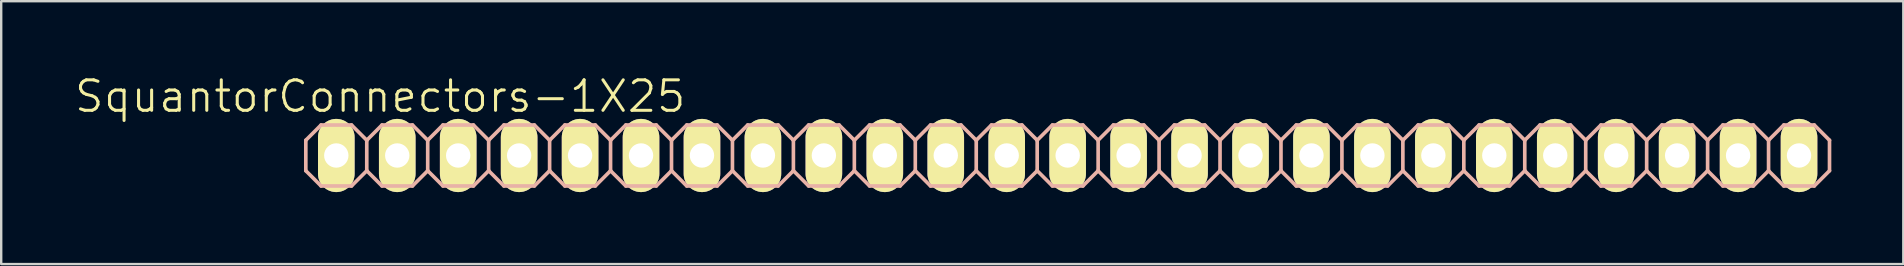
<source format=kicad_pcb>
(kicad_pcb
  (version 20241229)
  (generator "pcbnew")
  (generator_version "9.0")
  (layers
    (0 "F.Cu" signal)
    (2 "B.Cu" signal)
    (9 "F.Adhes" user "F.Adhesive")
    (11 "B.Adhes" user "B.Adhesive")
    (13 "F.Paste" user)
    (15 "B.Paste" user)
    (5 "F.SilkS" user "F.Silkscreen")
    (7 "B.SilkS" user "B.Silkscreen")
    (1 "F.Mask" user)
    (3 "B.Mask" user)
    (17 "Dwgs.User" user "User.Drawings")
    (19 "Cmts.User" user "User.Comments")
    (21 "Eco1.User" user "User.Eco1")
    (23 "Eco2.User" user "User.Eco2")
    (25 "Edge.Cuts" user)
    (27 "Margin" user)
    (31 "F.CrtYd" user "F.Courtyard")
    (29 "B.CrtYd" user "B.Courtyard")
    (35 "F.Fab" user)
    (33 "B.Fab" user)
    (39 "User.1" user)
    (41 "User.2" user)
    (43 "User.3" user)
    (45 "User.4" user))
  (footprint "SquantorConnectors-1X25"
    (layer "F.Cu")
    (at 40.175 3.43)
    (property "Reference" "SquantorConnectors-1X25" (at -27.381 -2.464 0) (layer "F.SilkS") (effects (font (size 1.27 1.27) (thickness 0.127))))
    (attr exclude_from_pos_files exclude_from_bom)
    (fp_line (start -29.464 -0.254) (end -28.953 -0.254) (stroke (width 0.066) (type solid)) (layer "F.SilkS"))
    (fp_line (start -29.464 0.254) (end -29.464 -0.254) (stroke (width 0.066) (type solid)) (layer "F.SilkS"))
    (fp_line (start -29.464 0.254) (end -28.953 0.254) (stroke (width 0.066) (type solid)) (layer "F.SilkS"))
    (fp_line (start -28.953 0.254) (end -28.953 -0.254) (stroke (width 0.066) (type solid)) (layer "F.SilkS"))
    (fp_line (start -26.924 -0.254) (end -26.416 -0.254) (stroke (width 0.066) (type solid)) (layer "F.SilkS"))
    (fp_line (start -26.924 0.254) (end -26.924 -0.254) (stroke (width 0.066) (type solid)) (layer "F.SilkS"))
    (fp_line (start -26.924 0.254) (end -26.416 0.254) (stroke (width 0.066) (type solid)) (layer "F.SilkS"))
    (fp_line (start -26.416 0.254) (end -26.416 -0.254) (stroke (width 0.066) (type solid)) (layer "F.SilkS"))
    (fp_line (start -24.384 -0.254) (end -23.876 -0.254) (stroke (width 0.066) (type solid)) (layer "F.SilkS"))
    (fp_line (start -24.384 0.254) (end -24.384 -0.254) (stroke (width 0.066) (type solid)) (layer "F.SilkS"))
    (fp_line (start -24.384 0.254) (end -23.876 0.254) (stroke (width 0.066) (type solid)) (layer "F.SilkS"))
    (fp_line (start -23.876 0.254) (end -23.876 -0.254) (stroke (width 0.066) (type solid)) (layer "F.SilkS"))
    (fp_line (start -21.844 -0.254) (end -21.336 -0.254) (stroke (width 0.066) (type solid)) (layer "F.SilkS"))
    (fp_line (start -21.844 0.254) (end -21.844 -0.254) (stroke (width 0.066) (type solid)) (layer "F.SilkS"))
    (fp_line (start -21.844 0.254) (end -21.336 0.254) (stroke (width 0.066) (type solid)) (layer "F.SilkS"))
    (fp_line (start -21.336 0.254) (end -21.336 -0.254) (stroke (width 0.066) (type solid)) (layer "F.SilkS"))
    (fp_line (start -19.304 -0.254) (end -18.796 -0.254) (stroke (width 0.066) (type solid)) (layer "F.SilkS"))
    (fp_line (start -19.304 0.254) (end -19.304 -0.254) (stroke (width 0.066) (type solid)) (layer "F.SilkS"))
    (fp_line (start -19.304 0.254) (end -18.796 0.254) (stroke (width 0.066) (type solid)) (layer "F.SilkS"))
    (fp_line (start -18.796 0.254) (end -18.796 -0.254) (stroke (width 0.066) (type solid)) (layer "F.SilkS"))
    (fp_line (start -16.764 -0.254) (end -16.256 -0.254) (stroke (width 0.066) (type solid)) (layer "F.SilkS"))
    (fp_line (start -16.764 0.254) (end -16.764 -0.254) (stroke (width 0.066) (type solid)) (layer "F.SilkS"))
    (fp_line (start -16.764 0.254) (end -16.256 0.254) (stroke (width 0.066) (type solid)) (layer "F.SilkS"))
    (fp_line (start -16.256 0.254) (end -16.256 -0.254) (stroke (width 0.066) (type solid)) (layer "F.SilkS"))
    (fp_line (start -14.224 -0.254) (end -13.716 -0.254) (stroke (width 0.066) (type solid)) (layer "F.SilkS"))
    (fp_line (start -14.224 0.254) (end -14.224 -0.254) (stroke (width 0.066) (type solid)) (layer "F.SilkS"))
    (fp_line (start -14.224 0.254) (end -13.716 0.254) (stroke (width 0.066) (type solid)) (layer "F.SilkS"))
    (fp_line (start -13.716 0.254) (end -13.716 -0.254) (stroke (width 0.066) (type solid)) (layer "F.SilkS"))
    (fp_line (start -11.684 -0.254) (end -11.176 -0.254) (stroke (width 0.066) (type solid)) (layer "F.SilkS"))
    (fp_line (start -11.684 0.254) (end -11.684 -0.254) (stroke (width 0.066) (type solid)) (layer "F.SilkS"))
    (fp_line (start -11.684 0.254) (end -11.176 0.254) (stroke (width 0.066) (type solid)) (layer "F.SilkS"))
    (fp_line (start -11.176 0.254) (end -11.176 -0.254) (stroke (width 0.066) (type solid)) (layer "F.SilkS"))
    (fp_line (start -9.144 -0.254) (end -8.636 -0.254) (stroke (width 0.066) (type solid)) (layer "F.SilkS"))
    (fp_line (start -9.144 0.254) (end -9.144 -0.254) (stroke (width 0.066) (type solid)) (layer "F.SilkS"))
    (fp_line (start -9.144 0.254) (end -8.636 0.254) (stroke (width 0.066) (type solid)) (layer "F.SilkS"))
    (fp_line (start -8.636 0.254) (end -8.636 -0.254) (stroke (width 0.066) (type solid)) (layer "F.SilkS"))
    (fp_line (start -6.604 -0.254) (end -6.096 -0.254) (stroke (width 0.066) (type solid)) (layer "F.SilkS"))
    (fp_line (start -6.604 0.254) (end -6.604 -0.254) (stroke (width 0.066) (type solid)) (layer "F.SilkS"))
    (fp_line (start -6.604 0.254) (end -6.096 0.254) (stroke (width 0.066) (type solid)) (layer "F.SilkS"))
    (fp_line (start -6.096 0.254) (end -6.096 -0.254) (stroke (width 0.066) (type solid)) (layer "F.SilkS"))
    (fp_line (start -4.064 -0.254) (end -3.556 -0.254) (stroke (width 0.066) (type solid)) (layer "F.SilkS"))
    (fp_line (start -4.064 0.254) (end -4.064 -0.254) (stroke (width 0.066) (type solid)) (layer "F.SilkS"))
    (fp_line (start -4.064 0.254) (end -3.556 0.254) (stroke (width 0.066) (type solid)) (layer "F.SilkS"))
    (fp_line (start -3.556 0.254) (end -3.556 -0.254) (stroke (width 0.066) (type solid)) (layer "F.SilkS"))
    (fp_line (start -1.524 -0.254) (end -1.016 -0.254) (stroke (width 0.066) (type solid)) (layer "F.SilkS"))
    (fp_line (start -1.524 0.254) (end -1.524 -0.254) (stroke (width 0.066) (type solid)) (layer "F.SilkS"))
    (fp_line (start -1.524 0.254) (end -1.016 0.254) (stroke (width 0.066) (type solid)) (layer "F.SilkS"))
    (fp_line (start -1.016 0.254) (end -1.016 -0.254) (stroke (width 0.066) (type solid)) (layer "F.SilkS"))
    (fp_line (start 1.016 -0.254) (end 1.524 -0.254) (stroke (width 0.066) (type solid)) (layer "F.SilkS"))
    (fp_line (start 1.016 0.254) (end 1.016 -0.254) (stroke (width 0.066) (type solid)) (layer "F.SilkS"))
    (fp_line (start 1.016 0.254) (end 1.524 0.254) (stroke (width 0.066) (type solid)) (layer "F.SilkS"))
    (fp_line (start 1.524 0.254) (end 1.524 -0.254) (stroke (width 0.066) (type solid)) (layer "F.SilkS"))
    (fp_line (start 3.556 -0.254) (end 4.064 -0.254) (stroke (width 0.066) (type solid)) (layer "F.SilkS"))
    (fp_line (start 3.556 0.254) (end 3.556 -0.254) (stroke (width 0.066) (type solid)) (layer "F.SilkS"))
    (fp_line (start 3.556 0.254) (end 4.064 0.254) (stroke (width 0.066) (type solid)) (layer "F.SilkS"))
    (fp_line (start 4.064 0.254) (end 4.064 -0.254) (stroke (width 0.066) (type solid)) (layer "F.SilkS"))
    (fp_line (start 6.096 -0.254) (end 6.604 -0.254) (stroke (width 0.066) (type solid)) (layer "F.SilkS"))
    (fp_line (start 6.096 0.254) (end 6.096 -0.254) (stroke (width 0.066) (type solid)) (layer "F.SilkS"))
    (fp_line (start 6.096 0.254) (end 6.604 0.254) (stroke (width 0.066) (type solid)) (layer "F.SilkS"))
    (fp_line (start 6.604 0.254) (end 6.604 -0.254) (stroke (width 0.066) (type solid)) (layer "F.SilkS"))
    (fp_line (start 8.636 -0.254) (end 9.144 -0.254) (stroke (width 0.066) (type solid)) (layer "F.SilkS"))
    (fp_line (start 8.636 0.254) (end 8.636 -0.254) (stroke (width 0.066) (type solid)) (layer "F.SilkS"))
    (fp_line (start 8.636 0.254) (end 9.144 0.254) (stroke (width 0.066) (type solid)) (layer "F.SilkS"))
    (fp_line (start 9.144 0.254) (end 9.144 -0.254) (stroke (width 0.066) (type solid)) (layer "F.SilkS"))
    (fp_line (start 11.176 -0.254) (end 11.684 -0.254) (stroke (width 0.066) (type solid)) (layer "F.SilkS"))
    (fp_line (start 11.176 0.254) (end 11.176 -0.254) (stroke (width 0.066) (type solid)) (layer "F.SilkS"))
    (fp_line (start 11.176 0.254) (end 11.684 0.254) (stroke (width 0.066) (type solid)) (layer "F.SilkS"))
    (fp_line (start 11.684 0.254) (end 11.684 -0.254) (stroke (width 0.066) (type solid)) (layer "F.SilkS"))
    (fp_line (start 13.716 -0.254) (end 14.224 -0.254) (stroke (width 0.066) (type solid)) (layer "F.SilkS"))
    (fp_line (start 13.716 0.254) (end 13.716 -0.254) (stroke (width 0.066) (type solid)) (layer "F.SilkS"))
    (fp_line (start 13.716 0.254) (end 14.224 0.254) (stroke (width 0.066) (type solid)) (layer "F.SilkS"))
    (fp_line (start 14.224 0.254) (end 14.224 -0.254) (stroke (width 0.066) (type solid)) (layer "F.SilkS"))
    (fp_line (start 16.256 -0.254) (end 16.764 -0.254) (stroke (width 0.066) (type solid)) (layer "F.SilkS"))
    (fp_line (start 16.256 0.254) (end 16.256 -0.254) (stroke (width 0.066) (type solid)) (layer "F.SilkS"))
    (fp_line (start 16.256 0.254) (end 16.764 0.254) (stroke (width 0.066) (type solid)) (layer "F.SilkS"))
    (fp_line (start 16.764 0.254) (end 16.764 -0.254) (stroke (width 0.066) (type solid)) (layer "F.SilkS"))
    (fp_line (start 18.796 -0.254) (end 19.304 -0.254) (stroke (width 0.066) (type solid)) (layer "F.SilkS"))
    (fp_line (start 18.796 0.254) (end 18.796 -0.254) (stroke (width 0.066) (type solid)) (layer "F.SilkS"))
    (fp_line (start 18.796 0.254) (end 19.304 0.254) (stroke (width 0.066) (type solid)) (layer "F.SilkS"))
    (fp_line (start 19.304 0.254) (end 19.304 -0.254) (stroke (width 0.066) (type solid)) (layer "F.SilkS"))
    (fp_line (start 21.336 -0.254) (end 21.844 -0.254) (stroke (width 0.066) (type solid)) (layer "F.SilkS"))
    (fp_line (start 21.336 0.254) (end 21.336 -0.254) (stroke (width 0.066) (type solid)) (layer "F.SilkS"))
    (fp_line (start 21.336 0.254) (end 21.844 0.254) (stroke (width 0.066) (type solid)) (layer "F.SilkS"))
    (fp_line (start 21.844 0.254) (end 21.844 -0.254) (stroke (width 0.066) (type solid)) (layer "F.SilkS"))
    (fp_line (start 23.876 -0.254) (end 24.384 -0.254) (stroke (width 0.066) (type solid)) (layer "F.SilkS"))
    (fp_line (start 23.876 0.254) (end 23.876 -0.254) (stroke (width 0.066) (type solid)) (layer "F.SilkS"))
    (fp_line (start 23.876 0.254) (end 24.384 0.254) (stroke (width 0.066) (type solid)) (layer "F.SilkS"))
    (fp_line (start 24.384 0.254) (end 24.384 -0.254) (stroke (width 0.066) (type solid)) (layer "F.SilkS"))
    (fp_line (start 26.416 -0.254) (end 26.924 -0.254) (stroke (width 0.066) (type solid)) (layer "F.SilkS"))
    (fp_line (start 26.416 0.254) (end 26.416 -0.254) (stroke (width 0.066) (type solid)) (layer "F.SilkS"))
    (fp_line (start 26.416 0.254) (end 26.924 0.254) (stroke (width 0.066) (type solid)) (layer "F.SilkS"))
    (fp_line (start 26.924 0.254) (end 26.924 -0.254) (stroke (width 0.066) (type solid)) (layer "F.SilkS"))
    (fp_line (start 28.953 -0.254) (end 29.464 -0.254) (stroke (width 0.066) (type solid)) (layer "F.SilkS"))
    (fp_line (start 28.953 0.254) (end 28.953 -0.254) (stroke (width 0.066) (type solid)) (layer "F.SilkS"))
    (fp_line (start 28.953 0.254) (end 29.464 0.254) (stroke (width 0.066) (type solid)) (layer "F.SilkS"))
    (fp_line (start 29.464 0.254) (end 29.464 -0.254) (stroke (width 0.066) (type solid)) (layer "F.SilkS"))
    (fp_line (start 31.496 -0.254) (end 32.004 -0.254) (stroke (width 0.066) (type solid)) (layer "F.SilkS"))
    (fp_line (start 31.496 0.254) (end 31.496 -0.254) (stroke (width 0.066) (type solid)) (layer "F.SilkS"))
    (fp_line (start 31.496 0.254) (end 32.004 0.254) (stroke (width 0.066) (type solid)) (layer "F.SilkS"))
    (fp_line (start 32.004 0.254) (end 32.004 -0.254) (stroke (width 0.066) (type solid)) (layer "F.SilkS"))
    (fp_line (start -30.48 -0.635) (end -30.48 0.635) (stroke (width 0.152) (type solid)) (layer "B.SilkS"))
    (fp_line (start -30.48 0.635) (end -29.845 1.27) (stroke (width 0.152) (type solid)) (layer "B.SilkS"))
    (fp_line (start -29.845 -1.27) (end -30.48 -0.635) (stroke (width 0.152) (type solid)) (layer "B.SilkS"))
    (fp_line (start -29.845 -1.27) (end -28.575 -1.27) (stroke (width 0.152) (type solid)) (layer "B.SilkS"))
    (fp_line (start -28.575 -1.27) (end -27.94 -0.635) (stroke (width 0.152) (type solid)) (layer "B.SilkS"))
    (fp_line (start -28.575 1.27) (end -29.845 1.27) (stroke (width 0.152) (type solid)) (layer "B.SilkS"))
    (fp_line (start -27.94 -0.635) (end -27.94 0.635) (stroke (width 0.152) (type solid)) (layer "B.SilkS"))
    (fp_line (start -27.94 -0.635) (end -27.305 -1.27) (stroke (width 0.152) (type solid)) (layer "B.SilkS"))
    (fp_line (start -27.94 0.635) (end -28.575 1.27) (stroke (width 0.152) (type solid)) (layer "B.SilkS"))
    (fp_line (start -27.305 -1.27) (end -26.035 -1.27) (stroke (width 0.152) (type solid)) (layer "B.SilkS"))
    (fp_line (start -27.305 1.27) (end -27.94 0.635) (stroke (width 0.152) (type solid)) (layer "B.SilkS"))
    (fp_line (start -26.035 -1.27) (end -25.4 -0.635) (stroke (width 0.152) (type solid)) (layer "B.SilkS"))
    (fp_line (start -26.035 1.27) (end -27.305 1.27) (stroke (width 0.152) (type solid)) (layer "B.SilkS"))
    (fp_line (start -25.4 -0.635) (end -25.4 0.635) (stroke (width 0.152) (type solid)) (layer "B.SilkS"))
    (fp_line (start -25.4 -0.635) (end -24.765 -1.27) (stroke (width 0.152) (type solid)) (layer "B.SilkS"))
    (fp_line (start -25.4 0.635) (end -26.035 1.27) (stroke (width 0.152) (type solid)) (layer "B.SilkS"))
    (fp_line (start -24.765 -1.27) (end -23.495 -1.27) (stroke (width 0.152) (type solid)) (layer "B.SilkS"))
    (fp_line (start -24.765 1.27) (end -25.4 0.635) (stroke (width 0.152) (type solid)) (layer "B.SilkS"))
    (fp_line (start -23.495 -1.27) (end -22.86 -0.635) (stroke (width 0.152) (type solid)) (layer "B.SilkS"))
    (fp_line (start -23.495 1.27) (end -24.765 1.27) (stroke (width 0.152) (type solid)) (layer "B.SilkS"))
    (fp_line (start -22.86 -0.635) (end -22.86 0.635) (stroke (width 0.152) (type solid)) (layer "B.SilkS"))
    (fp_line (start -22.86 0.635) (end -23.495 1.27) (stroke (width 0.152) (type solid)) (layer "B.SilkS"))
    (fp_line (start -22.86 0.635) (end -22.225 1.27) (stroke (width 0.152) (type solid)) (layer "B.SilkS"))
    (fp_line (start -22.225 -1.27) (end -22.86 -0.635) (stroke (width 0.152) (type solid)) (layer "B.SilkS"))
    (fp_line (start -22.225 -1.27) (end -20.955 -1.27) (stroke (width 0.152) (type solid)) (layer "B.SilkS"))
    (fp_line (start -20.955 -1.27) (end -20.32 -0.635) (stroke (width 0.152) (type solid)) (layer "B.SilkS"))
    (fp_line (start -20.955 1.27) (end -22.225 1.27) (stroke (width 0.152) (type solid)) (layer "B.SilkS"))
    (fp_line (start -20.32 -0.635) (end -20.32 0.635) (stroke (width 0.152) (type solid)) (layer "B.SilkS"))
    (fp_line (start -20.32 -0.635) (end -19.685 -1.27) (stroke (width 0.152) (type solid)) (layer "B.SilkS"))
    (fp_line (start -20.32 0.635) (end -20.955 1.27) (stroke (width 0.152) (type solid)) (layer "B.SilkS"))
    (fp_line (start -19.685 -1.27) (end -18.415 -1.27) (stroke (width 0.152) (type solid)) (layer "B.SilkS"))
    (fp_line (start -19.685 1.27) (end -20.32 0.635) (stroke (width 0.152) (type solid)) (layer "B.SilkS"))
    (fp_line (start -18.415 -1.27) (end -17.78 -0.635) (stroke (width 0.152) (type solid)) (layer "B.SilkS"))
    (fp_line (start -18.415 1.27) (end -19.685 1.27) (stroke (width 0.152) (type solid)) (layer "B.SilkS"))
    (fp_line (start -17.78 -0.635) (end -17.78 0.635) (stroke (width 0.152) (type solid)) (layer "B.SilkS"))
    (fp_line (start -17.78 -0.635) (end -17.145 -1.27) (stroke (width 0.152) (type solid)) (layer "B.SilkS"))
    (fp_line (start -17.78 0.635) (end -18.415 1.27) (stroke (width 0.152) (type solid)) (layer "B.SilkS"))
    (fp_line (start -17.145 -1.27) (end -15.875 -1.27) (stroke (width 0.152) (type solid)) (layer "B.SilkS"))
    (fp_line (start -17.145 1.27) (end -17.78 0.635) (stroke (width 0.152) (type solid)) (layer "B.SilkS"))
    (fp_line (start -15.875 -1.27) (end -15.24 -0.635) (stroke (width 0.152) (type solid)) (layer "B.SilkS"))
    (fp_line (start -15.875 1.27) (end -17.145 1.27) (stroke (width 0.152) (type solid)) (layer "B.SilkS"))
    (fp_line (start -15.24 -0.635) (end -15.24 0.635) (stroke (width 0.152) (type solid)) (layer "B.SilkS"))
    (fp_line (start -15.24 0.635) (end -15.875 1.27) (stroke (width 0.152) (type solid)) (layer "B.SilkS"))
    (fp_line (start -15.24 0.635) (end -14.605 1.27) (stroke (width 0.152) (type solid)) (layer "B.SilkS"))
    (fp_line (start -14.605 -1.27) (end -15.24 -0.635) (stroke (width 0.152) (type solid)) (layer "B.SilkS"))
    (fp_line (start -14.605 -1.27) (end -13.335 -1.27) (stroke (width 0.152) (type solid)) (layer "B.SilkS"))
    (fp_line (start -13.335 -1.27) (end -12.7 -0.635) (stroke (width 0.152) (type solid)) (layer "B.SilkS"))
    (fp_line (start -13.335 1.27) (end -14.605 1.27) (stroke (width 0.152) (type solid)) (layer "B.SilkS"))
    (fp_line (start -12.7 -0.635) (end -12.7 0.635) (stroke (width 0.152) (type solid)) (layer "B.SilkS"))
    (fp_line (start -12.7 -0.635) (end -12.065 -1.27) (stroke (width 0.152) (type solid)) (layer "B.SilkS"))
    (fp_line (start -12.7 0.635) (end -13.335 1.27) (stroke (width 0.152) (type solid)) (layer "B.SilkS"))
    (fp_line (start -12.065 -1.27) (end -10.795 -1.27) (stroke (width 0.152) (type solid)) (layer "B.SilkS"))
    (fp_line (start -12.065 1.27) (end -12.7 0.635) (stroke (width 0.152) (type solid)) (layer "B.SilkS"))
    (fp_line (start -10.795 -1.27) (end -10.16 -0.635) (stroke (width 0.152) (type solid)) (layer "B.SilkS"))
    (fp_line (start -10.795 1.27) (end -12.065 1.27) (stroke (width 0.152) (type solid)) (layer "B.SilkS"))
    (fp_line (start -10.16 -0.635) (end -10.16 0.635) (stroke (width 0.152) (type solid)) (layer "B.SilkS"))
    (fp_line (start -10.16 -0.635) (end -9.525 -1.27) (stroke (width 0.152) (type solid)) (layer "B.SilkS"))
    (fp_line (start -10.16 0.635) (end -10.795 1.27) (stroke (width 0.152) (type solid)) (layer "B.SilkS"))
    (fp_line (start -9.525 -1.27) (end -8.255 -1.27) (stroke (width 0.152) (type solid)) (layer "B.SilkS"))
    (fp_line (start -9.525 1.27) (end -10.16 0.635) (stroke (width 0.152) (type solid)) (layer "B.SilkS"))
    (fp_line (start -8.255 -1.27) (end -7.62 -0.635) (stroke (width 0.152) (type solid)) (layer "B.SilkS"))
    (fp_line (start -8.255 1.27) (end -9.525 1.27) (stroke (width 0.152) (type solid)) (layer "B.SilkS"))
    (fp_line (start -7.62 -0.635) (end -7.62 0.635) (stroke (width 0.152) (type solid)) (layer "B.SilkS"))
    (fp_line (start -7.62 0.635) (end -8.255 1.27) (stroke (width 0.152) (type solid)) (layer "B.SilkS"))
    (fp_line (start -7.62 0.635) (end -6.985 1.27) (stroke (width 0.152) (type solid)) (layer "B.SilkS"))
    (fp_line (start -6.985 -1.27) (end -7.62 -0.635) (stroke (width 0.152) (type solid)) (layer "B.SilkS"))
    (fp_line (start -6.985 -1.27) (end -5.715 -1.27) (stroke (width 0.152) (type solid)) (layer "B.SilkS"))
    (fp_line (start -5.715 -1.27) (end -5.08 -0.635) (stroke (width 0.152) (type solid)) (layer "B.SilkS"))
    (fp_line (start -5.715 1.27) (end -6.985 1.27) (stroke (width 0.152) (type solid)) (layer "B.SilkS"))
    (fp_line (start -5.08 -0.635) (end -5.08 0.635) (stroke (width 0.152) (type solid)) (layer "B.SilkS"))
    (fp_line (start -5.08 -0.635) (end -4.445 -1.27) (stroke (width 0.152) (type solid)) (layer "B.SilkS"))
    (fp_line (start -5.08 0.635) (end -5.715 1.27) (stroke (width 0.152) (type solid)) (layer "B.SilkS"))
    (fp_line (start -4.445 -1.27) (end -3.175 -1.27) (stroke (width 0.152) (type solid)) (layer "B.SilkS"))
    (fp_line (start -4.445 1.27) (end -5.08 0.635) (stroke (width 0.152) (type solid)) (layer "B.SilkS"))
    (fp_line (start -3.175 -1.27) (end -2.54 -0.635) (stroke (width 0.152) (type solid)) (layer "B.SilkS"))
    (fp_line (start -3.175 1.27) (end -4.445 1.27) (stroke (width 0.152) (type solid)) (layer "B.SilkS"))
    (fp_line (start -2.54 -0.635) (end -2.54 0.635) (stroke (width 0.152) (type solid)) (layer "B.SilkS"))
    (fp_line (start -2.54 -0.635) (end -1.905 -1.27) (stroke (width 0.152) (type solid)) (layer "B.SilkS"))
    (fp_line (start -2.54 0.635) (end -3.175 1.27) (stroke (width 0.152) (type solid)) (layer "B.SilkS"))
    (fp_line (start -1.905 -1.27) (end -0.635 -1.27) (stroke (width 0.152) (type solid)) (layer "B.SilkS"))
    (fp_line (start -1.905 1.27) (end -2.54 0.635) (stroke (width 0.152) (type solid)) (layer "B.SilkS"))
    (fp_line (start -0.635 -1.27) (end 0 -0.635) (stroke (width 0.152) (type solid)) (layer "B.SilkS"))
    (fp_line (start -0.635 1.27) (end -1.905 1.27) (stroke (width 0.152) (type solid)) (layer "B.SilkS"))
    (fp_line (start 0 -0.635) (end 0 0.635) (stroke (width 0.152) (type solid)) (layer "B.SilkS"))
    (fp_line (start 0 0.635) (end -0.635 1.27) (stroke (width 0.152) (type solid)) (layer "B.SilkS"))
    (fp_line (start 0 0.635) (end 0.635 1.27) (stroke (width 0.152) (type solid)) (layer "B.SilkS"))
    (fp_line (start 0.635 -1.27) (end 0 -0.635) (stroke (width 0.152) (type solid)) (layer "B.SilkS"))
    (fp_line (start 0.635 -1.27) (end 1.905 -1.27) (stroke (width 0.152) (type solid)) (layer "B.SilkS"))
    (fp_line (start 1.905 -1.27) (end 2.54 -0.635) (stroke (width 0.152) (type solid)) (layer "B.SilkS"))
    (fp_line (start 1.905 1.27) (end 0.635 1.27) (stroke (width 0.152) (type solid)) (layer "B.SilkS"))
    (fp_line (start 2.54 -0.635) (end 2.54 0.635) (stroke (width 0.152) (type solid)) (layer "B.SilkS"))
    (fp_line (start 2.54 -0.635) (end 3.175 -1.27) (stroke (width 0.152) (type solid)) (layer "B.SilkS"))
    (fp_line (start 2.54 0.635) (end 1.905 1.27) (stroke (width 0.152) (type solid)) (layer "B.SilkS"))
    (fp_line (start 3.175 -1.27) (end 4.445 -1.27) (stroke (width 0.152) (type solid)) (layer "B.SilkS"))
    (fp_line (start 3.175 1.27) (end 2.54 0.635) (stroke (width 0.152) (type solid)) (layer "B.SilkS"))
    (fp_line (start 4.445 -1.27) (end 5.08 -0.635) (stroke (width 0.152) (type solid)) (layer "B.SilkS"))
    (fp_line (start 4.445 1.27) (end 3.175 1.27) (stroke (width 0.152) (type solid)) (layer "B.SilkS"))
    (fp_line (start 5.08 -0.635) (end 5.08 0.635) (stroke (width 0.152) (type solid)) (layer "B.SilkS"))
    (fp_line (start 5.08 -0.635) (end 5.715 -1.27) (stroke (width 0.152) (type solid)) (layer "B.SilkS"))
    (fp_line (start 5.08 0.635) (end 4.445 1.27) (stroke (width 0.152) (type solid)) (layer "B.SilkS"))
    (fp_line (start 5.715 -1.27) (end 6.985 -1.27) (stroke (width 0.152) (type solid)) (layer "B.SilkS"))
    (fp_line (start 5.715 1.27) (end 5.08 0.635) (stroke (width 0.152) (type solid)) (layer "B.SilkS"))
    (fp_line (start 6.985 -1.27) (end 7.62 -0.635) (stroke (width 0.152) (type solid)) (layer "B.SilkS"))
    (fp_line (start 6.985 1.27) (end 5.715 1.27) (stroke (width 0.152) (type solid)) (layer "B.SilkS"))
    (fp_line (start 7.62 -0.635) (end 7.62 0.635) (stroke (width 0.152) (type solid)) (layer "B.SilkS"))
    (fp_line (start 7.62 0.635) (end 6.985 1.27) (stroke (width 0.152) (type solid)) (layer "B.SilkS"))
    (fp_line (start 7.62 0.635) (end 8.255 1.27) (stroke (width 0.152) (type solid)) (layer "B.SilkS"))
    (fp_line (start 8.255 -1.27) (end 7.62 -0.635) (stroke (width 0.152) (type solid)) (layer "B.SilkS"))
    (fp_line (start 8.255 -1.27) (end 9.525 -1.27) (stroke (width 0.152) (type solid)) (layer "B.SilkS"))
    (fp_line (start 9.525 -1.27) (end 10.16 -0.635) (stroke (width 0.152) (type solid)) (layer "B.SilkS"))
    (fp_line (start 9.525 1.27) (end 8.255 1.27) (stroke (width 0.152) (type solid)) (layer "B.SilkS"))
    (fp_line (start 10.16 -0.635) (end 10.16 0.635) (stroke (width 0.152) (type solid)) (layer "B.SilkS"))
    (fp_line (start 10.16 -0.635) (end 10.795 -1.27) (stroke (width 0.152) (type solid)) (layer "B.SilkS"))
    (fp_line (start 10.16 0.635) (end 9.525 1.27) (stroke (width 0.152) (type solid)) (layer "B.SilkS"))
    (fp_line (start 10.795 -1.27) (end 12.065 -1.27) (stroke (width 0.152) (type solid)) (layer "B.SilkS"))
    (fp_line (start 10.795 1.27) (end 10.16 0.635) (stroke (width 0.152) (type solid)) (layer "B.SilkS"))
    (fp_line (start 12.065 -1.27) (end 12.7 -0.635) (stroke (width 0.152) (type solid)) (layer "B.SilkS"))
    (fp_line (start 12.065 1.27) (end 10.795 1.27) (stroke (width 0.152) (type solid)) (layer "B.SilkS"))
    (fp_line (start 12.7 -0.635) (end 12.7 0.635) (stroke (width 0.152) (type solid)) (layer "B.SilkS"))
    (fp_line (start 12.7 -0.635) (end 13.335 -1.27) (stroke (width 0.152) (type solid)) (layer "B.SilkS"))
    (fp_line (start 12.7 0.635) (end 12.065 1.27) (stroke (width 0.152) (type solid)) (layer "B.SilkS"))
    (fp_line (start 13.335 -1.27) (end 14.605 -1.27) (stroke (width 0.152) (type solid)) (layer "B.SilkS"))
    (fp_line (start 13.335 1.27) (end 12.7 0.635) (stroke (width 0.152) (type solid)) (layer "B.SilkS"))
    (fp_line (start 14.605 -1.27) (end 15.24 -0.635) (stroke (width 0.152) (type solid)) (layer "B.SilkS"))
    (fp_line (start 14.605 1.27) (end 13.335 1.27) (stroke (width 0.152) (type solid)) (layer "B.SilkS"))
    (fp_line (start 15.24 -0.635) (end 15.24 0.635) (stroke (width 0.152) (type solid)) (layer "B.SilkS"))
    (fp_line (start 15.24 0.635) (end 14.605 1.27) (stroke (width 0.152) (type solid)) (layer "B.SilkS"))
    (fp_line (start 15.24 0.635) (end 15.875 1.27) (stroke (width 0.152) (type solid)) (layer "B.SilkS"))
    (fp_line (start 15.875 -1.27) (end 15.24 -0.635) (stroke (width 0.152) (type solid)) (layer "B.SilkS"))
    (fp_line (start 15.875 -1.27) (end 17.145 -1.27) (stroke (width 0.152) (type solid)) (layer "B.SilkS"))
    (fp_line (start 17.145 -1.27) (end 17.78 -0.635) (stroke (width 0.152) (type solid)) (layer "B.SilkS"))
    (fp_line (start 17.145 1.27) (end 15.875 1.27) (stroke (width 0.152) (type solid)) (layer "B.SilkS"))
    (fp_line (start 17.78 -0.635) (end 17.78 0.635) (stroke (width 0.152) (type solid)) (layer "B.SilkS"))
    (fp_line (start 17.78 0.635) (end 17.145 1.27) (stroke (width 0.152) (type solid)) (layer "B.SilkS"))
    (fp_line (start 17.78 0.635) (end 18.415 1.27) (stroke (width 0.152) (type solid)) (layer "B.SilkS"))
    (fp_line (start 18.415 -1.27) (end 17.78 -0.635) (stroke (width 0.152) (type solid)) (layer "B.SilkS"))
    (fp_line (start 18.415 -1.27) (end 19.685 -1.27) (stroke (width 0.152) (type solid)) (layer "B.SilkS"))
    (fp_line (start 19.685 -1.27) (end 20.32 -0.635) (stroke (width 0.152) (type solid)) (layer "B.SilkS"))
    (fp_line (start 19.685 1.27) (end 18.415 1.27) (stroke (width 0.152) (type solid)) (layer "B.SilkS"))
    (fp_line (start 20.32 -0.635) (end 20.32 0.635) (stroke (width 0.152) (type solid)) (layer "B.SilkS"))
    (fp_line (start 20.32 0.635) (end 19.685 1.27) (stroke (width 0.152) (type solid)) (layer "B.SilkS"))
    (fp_line (start 20.32 0.635) (end 20.955 1.27) (stroke (width 0.152) (type solid)) (layer "B.SilkS"))
    (fp_line (start 20.955 -1.27) (end 20.32 -0.635) (stroke (width 0.152) (type solid)) (layer "B.SilkS"))
    (fp_line (start 20.955 -1.27) (end 22.225 -1.27) (stroke (width 0.152) (type solid)) (layer "B.SilkS"))
    (fp_line (start 22.225 -1.27) (end 22.86 -0.635) (stroke (width 0.152) (type solid)) (layer "B.SilkS"))
    (fp_line (start 22.225 1.27) (end 20.955 1.27) (stroke (width 0.152) (type solid)) (layer "B.SilkS"))
    (fp_line (start 22.86 -0.635) (end 22.86 0.635) (stroke (width 0.152) (type solid)) (layer "B.SilkS"))
    (fp_line (start 22.86 0.635) (end 22.225 1.27) (stroke (width 0.152) (type solid)) (layer "B.SilkS"))
    (fp_line (start 22.86 0.635) (end 23.495 1.27) (stroke (width 0.152) (type solid)) (layer "B.SilkS"))
    (fp_line (start 23.495 -1.27) (end 22.86 -0.635) (stroke (width 0.152) (type solid)) (layer "B.SilkS"))
    (fp_line (start 23.495 -1.27) (end 24.765 -1.27) (stroke (width 0.152) (type solid)) (layer "B.SilkS"))
    (fp_line (start 24.765 -1.27) (end 25.4 -0.635) (stroke (width 0.152) (type solid)) (layer "B.SilkS"))
    (fp_line (start 24.765 1.27) (end 23.495 1.27) (stroke (width 0.152) (type solid)) (layer "B.SilkS"))
    (fp_line (start 25.4 -0.635) (end 25.4 0.635) (stroke (width 0.152) (type solid)) (layer "B.SilkS"))
    (fp_line (start 25.4 0.635) (end 24.765 1.27) (stroke (width 0.152) (type solid)) (layer "B.SilkS"))
    (fp_line (start 25.4 0.635) (end 26.035 1.27) (stroke (width 0.152) (type solid)) (layer "B.SilkS"))
    (fp_line (start 26.035 -1.27) (end 25.4 -0.635) (stroke (width 0.152) (type solid)) (layer "B.SilkS"))
    (fp_line (start 26.035 -1.27) (end 27.305 -1.27) (stroke (width 0.152) (type solid)) (layer "B.SilkS"))
    (fp_line (start 27.305 -1.27) (end 27.94 -0.635) (stroke (width 0.152) (type solid)) (layer "B.SilkS"))
    (fp_line (start 27.305 1.27) (end 26.035 1.27) (stroke (width 0.152) (type solid)) (layer "B.SilkS"))
    (fp_line (start 27.94 -0.635) (end 27.94 0.635) (stroke (width 0.152) (type solid)) (layer "B.SilkS"))
    (fp_line (start 27.94 0.635) (end 27.305 1.27) (stroke (width 0.152) (type solid)) (layer "B.SilkS"))
    (fp_line (start 27.94 0.635) (end 28.575 1.27) (stroke (width 0.152) (type solid)) (layer "B.SilkS"))
    (fp_line (start 28.575 -1.27) (end 27.94 -0.635) (stroke (width 0.152) (type solid)) (layer "B.SilkS"))
    (fp_line (start 28.575 -1.27) (end 29.845 -1.27) (stroke (width 0.152) (type solid)) (layer "B.SilkS"))
    (fp_line (start 29.845 -1.27) (end 30.48 -0.635) (stroke (width 0.152) (type solid)) (layer "B.SilkS"))
    (fp_line (start 29.845 1.27) (end 28.575 1.27) (stroke (width 0.152) (type solid)) (layer "B.SilkS"))
    (fp_line (start 30.48 -0.635) (end 30.48 0.635) (stroke (width 0.152) (type solid)) (layer "B.SilkS"))
    (fp_line (start 30.48 0.635) (end 29.845 1.27) (stroke (width 0.152) (type solid)) (layer "B.SilkS"))
    (fp_line (start 30.48 0.635) (end 31.115 1.27) (stroke (width 0.152) (type solid)) (layer "B.SilkS"))
    (fp_line (start 31.115 -1.27) (end 30.48 -0.635) (stroke (width 0.152) (type solid)) (layer "B.SilkS"))
    (fp_line (start 31.115 -1.27) (end 32.385 -1.27) (stroke (width 0.152) (type solid)) (layer "B.SilkS"))
    (fp_line (start 32.385 -1.27) (end 33.02 -0.635) (stroke (width 0.152) (type solid)) (layer "B.SilkS"))
    (fp_line (start 32.385 1.27) (end 31.115 1.27) (stroke (width 0.152) (type solid)) (layer "B.SilkS"))
    (fp_line (start 33.02 -0.635) (end 33.02 0.635) (stroke (width 0.152) (type solid)) (layer "B.SilkS"))
    (fp_line (start 33.02 0.635) (end 32.385 1.27) (stroke (width 0.152) (type solid)) (layer "B.SilkS"))
    (pad "1" thru_hole oval (at -29.21 0 180) (size 1.524 3.048) (drill 1.016) (layers "*.Cu" "F.Mask" "F.SilkS" "F.Paste"))
    (pad "2" thru_hole oval (at -26.67 0 180) (size 1.524 3.048) (drill 1.016) (layers "*.Cu" "F.Mask" "F.SilkS" "F.Paste"))
    (pad "3" thru_hole oval (at -24.13 0 180) (size 1.524 3.048) (drill 1.016) (layers "*.Cu" "F.Mask" "F.SilkS" "F.Paste"))
    (pad "4" thru_hole oval (at -21.59 0 180) (size 1.524 3.048) (drill 1.016) (layers "*.Cu" "F.Mask" "F.SilkS" "F.Paste"))
    (pad "5" thru_hole oval (at -19.05 0 180) (size 1.524 3.048) (drill 1.016) (layers "*.Cu" "F.Mask" "F.SilkS" "F.Paste"))
    (pad "6" thru_hole oval (at -16.51 0 180) (size 1.524 3.048) (drill 1.016) (layers "*.Cu" "F.Mask" "F.SilkS" "F.Paste"))
    (pad "7" thru_hole oval (at -13.97 0 180) (size 1.524 3.048) (drill 1.016) (layers "*.Cu" "F.Mask" "F.SilkS" "F.Paste"))
    (pad "8" thru_hole oval (at -11.43 0 180) (size 1.524 3.048) (drill 1.016) (layers "*.Cu" "F.Mask" "F.SilkS" "F.Paste"))
    (pad "9" thru_hole oval (at -8.89 0 180) (size 1.524 3.048) (drill 1.016) (layers "*.Cu" "F.Mask" "F.SilkS" "F.Paste"))
    (pad "10" thru_hole oval (at -6.35 0 180) (size 1.524 3.048) (drill 1.016) (layers "*.Cu" "F.Mask" "F.SilkS" "F.Paste"))
    (pad "11" thru_hole oval (at -3.81 0 180) (size 1.524 3.048) (drill 1.016) (layers "*.Cu" "F.Mask" "F.SilkS" "F.Paste"))
    (pad "12" thru_hole oval (at -1.27 0 180) (size 1.524 3.048) (drill 1.016) (layers "*.Cu" "F.Mask" "F.SilkS" "F.Paste"))
    (pad "13" thru_hole oval (at 1.27 0 180) (size 1.524 3.048) (drill 1.016) (layers "*.Cu" "F.Mask" "F.SilkS" "F.Paste"))
    (pad "14" thru_hole oval (at 3.81 0 180) (size 1.524 3.048) (drill 1.016) (layers "*.Cu" "F.Mask" "F.SilkS" "F.Paste"))
    (pad "15" thru_hole oval (at 6.35 0 180) (size 1.524 3.048) (drill 1.016) (layers "*.Cu" "F.Mask" "F.SilkS" "F.Paste"))
    (pad "16" thru_hole oval (at 8.89 0 180) (size 1.524 3.048) (drill 1.016) (layers "*.Cu" "F.Mask" "F.SilkS" "F.Paste"))
    (pad "17" thru_hole oval (at 11.43 0 180) (size 1.524 3.048) (drill 1.016) (layers "*.Cu" "F.Mask" "F.SilkS" "F.Paste"))
    (pad "18" thru_hole oval (at 13.97 0 180) (size 1.524 3.048) (drill 1.016) (layers "*.Cu" "F.Mask" "F.SilkS" "F.Paste"))
    (pad "19" thru_hole oval (at 16.51 0 180) (size 1.524 3.048) (drill 1.016) (layers "*.Cu" "F.Mask" "F.SilkS" "F.Paste"))
    (pad "20" thru_hole oval (at 19.05 0 180) (size 1.524 3.048) (drill 1.016) (layers "*.Cu" "F.Mask" "F.SilkS" "F.Paste"))
    (pad "21" thru_hole oval (at 21.59 0 180) (size 1.524 3.048) (drill 1.016) (layers "*.Cu" "F.Mask" "F.SilkS" "F.Paste"))
    (pad "22" thru_hole oval (at 24.13 0 180) (size 1.524 3.048) (drill 1.016) (layers "*.Cu" "F.Mask" "F.SilkS" "F.Paste"))
    (pad "23" thru_hole oval (at 26.67 0 180) (size 1.524 3.048) (drill 1.016) (layers "*.Cu" "F.Mask" "F.SilkS" "F.Paste"))
    (pad "24" thru_hole oval (at 29.21 0 180) (size 1.524 3.048) (drill 1.016) (layers "*.Cu" "F.Mask" "F.SilkS" "F.Paste"))
    (pad "25" thru_hole oval (at 31.75 0 180) (size 1.524 3.048) (drill 1.016) (layers "*.Cu" "F.Mask" "F.SilkS" "F.Paste")))
  (gr_rect
    (start -3 -3)
    (end 76.271 7.954)
    (stroke (width 0.1) (type default))
    (fill no)
    (layer "Edge.Cuts")))
</source>
